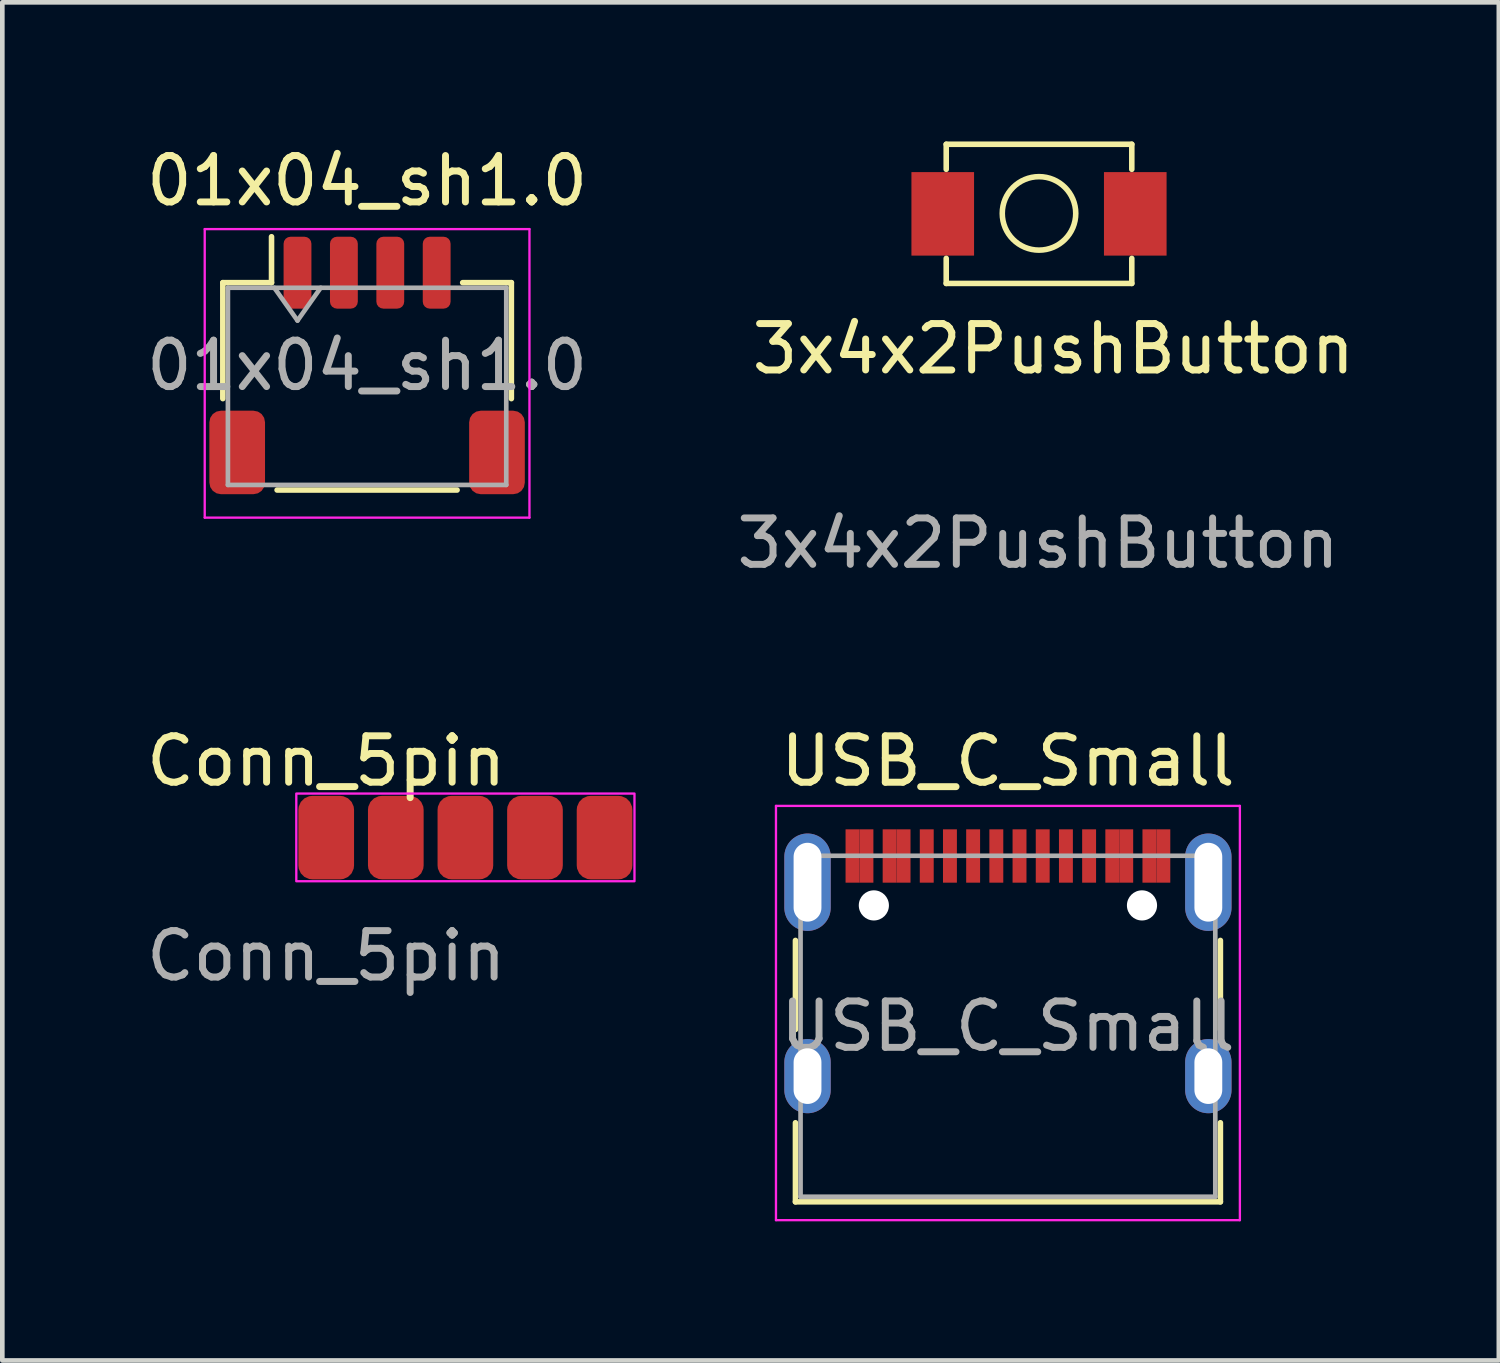
<source format=kicad_pcb>
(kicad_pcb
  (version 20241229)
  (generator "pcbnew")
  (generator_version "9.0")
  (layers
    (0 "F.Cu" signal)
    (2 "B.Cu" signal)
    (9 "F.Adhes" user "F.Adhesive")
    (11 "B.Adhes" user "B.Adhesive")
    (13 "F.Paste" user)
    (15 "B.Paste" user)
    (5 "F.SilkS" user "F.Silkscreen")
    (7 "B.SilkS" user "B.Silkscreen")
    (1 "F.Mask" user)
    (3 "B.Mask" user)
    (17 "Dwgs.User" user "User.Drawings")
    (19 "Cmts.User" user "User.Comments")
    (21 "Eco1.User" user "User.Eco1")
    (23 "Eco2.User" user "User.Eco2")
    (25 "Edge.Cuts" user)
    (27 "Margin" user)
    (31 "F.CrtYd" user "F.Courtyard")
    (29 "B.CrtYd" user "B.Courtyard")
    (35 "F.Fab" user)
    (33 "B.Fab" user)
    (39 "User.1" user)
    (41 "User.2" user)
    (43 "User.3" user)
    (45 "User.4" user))
  (footprint "3x4x2PushButton"
    (layer "F.Cu")
    (at 19.347 1.56)
    (property "Reference" "3x4x2PushButton" (at 0.31 2.91 0) (unlocked yes) (layer "F.SilkS") (effects (font (size 1 1) (thickness 0.15))))
    (attr smd)
    (fp_line (start -2 -1.5) (end -2 -0.96) (stroke (width 0.12) (type solid)) (layer "F.SilkS"))
    (fp_line (start -2 -1.5) (end 2 -1.5) (stroke (width 0.12) (type solid)) (layer "F.SilkS"))
    (fp_line (start -2 1.5) (end -2 0.96) (stroke (width 0.12) (type solid)) (layer "F.SilkS"))
    (fp_line (start -2 1.5) (end 2 1.5) (stroke (width 0.12) (type solid)) (layer "F.SilkS"))
    (fp_line (start 2 -1.5) (end 2 -0.96) (stroke (width 0.12) (type solid)) (layer "F.SilkS"))
    (fp_line (start 2 1.5) (end 2 0.96) (stroke (width 0.12) (type solid)) (layer "F.SilkS"))
    (fp_circle (center 0 -0.01) (end 0.56 0.55) (stroke (width 0.12) (type solid)) (fill no) (layer "F.SilkS"))
    (fp_text user "${REFERENCE}" (at -0.02 7.1 0) (unlocked yes) (layer "F.Fab") (effects (font (size 1 1) (thickness 0.15))))
    (pad "1" smd rect (at -2.075 0) (size 1.35 1.8) (layers "F.Cu" "F.Mask" "F.Paste"))
    (pad "2" smd rect (at 2.075 0) (size 1.35 1.8) (layers "F.Cu" "F.Mask" "F.Paste")))
  (footprint "01x04_sh1.0"
    (layer "F.Cu")
    (at 4.863 4.828)
    (property "Reference" "01x04_sh1.0" (at 0 -3.98 0) (layer "F.SilkS") (effects (font (size 1 1) (thickness 0.15))))
    (attr smd)
    (fp_line (start -3.11 -1.785) (end -2.06 -1.785) (stroke (width 0.12) (type solid)) (layer "F.SilkS"))
    (fp_line (start -3.11 0.715) (end -3.11 -1.785) (stroke (width 0.12) (type solid)) (layer "F.SilkS"))
    (fp_line (start -2.06 -1.785) (end -2.06 -2.775) (stroke (width 0.12) (type solid)) (layer "F.SilkS"))
    (fp_line (start -1.94 2.685) (end 1.94 2.685) (stroke (width 0.12) (type solid)) (layer "F.SilkS"))
    (fp_line (start 3.11 -1.785) (end 2.06 -1.785) (stroke (width 0.12) (type solid)) (layer "F.SilkS"))
    (fp_line (start 3.11 0.715) (end 3.11 -1.785) (stroke (width 0.12) (type solid)) (layer "F.SilkS"))
    (fp_line (start -3.5 -2.94) (end -3.5 3.28) (stroke (width 0.05) (type solid)) (layer "F.CrtYd"))
    (fp_line (start -3.5 3.28) (end 3.5 3.28) (stroke (width 0.05) (type solid)) (layer "F.CrtYd"))
    (fp_line (start 3.5 -2.94) (end -3.5 -2.94) (stroke (width 0.05) (type solid)) (layer "F.CrtYd"))
    (fp_line (start 3.5 3.28) (end 3.5 -2.94) (stroke (width 0.05) (type solid)) (layer "F.CrtYd"))
    (fp_line (start -3 -1.675) (end -3 2.575) (stroke (width 0.1) (type solid)) (layer "F.Fab"))
    (fp_line (start -3 -1.675) (end 3 -1.675) (stroke (width 0.1) (type solid)) (layer "F.Fab"))
    (fp_line (start -3 2.575) (end 3 2.575) (stroke (width 0.1) (type solid)) (layer "F.Fab"))
    (fp_line (start -2 -1.675) (end -1.5 -0.968) (stroke (width 0.1) (type solid)) (layer "F.Fab"))
    (fp_line (start -1.5 -0.968) (end -1 -1.675) (stroke (width 0.1) (type solid)) (layer "F.Fab"))
    (fp_line (start 3 -1.675) (end 3 2.575) (stroke (width 0.1) (type solid)) (layer "F.Fab"))
    (fp_text user "${REFERENCE}" (at 0 0 0) (layer "F.Fab") (effects (font (size 1 1) (thickness 0.15))))
    (pad "1" smd roundrect (at -1.5 -2) (size 0.6 1.55) (layers "F.Cu" "F.Mask" "F.Paste") (roundrect_rratio 0.25))
    (pad "2" smd roundrect (at -0.5 -2) (size 0.6 1.55) (layers "F.Cu" "F.Mask" "F.Paste") (roundrect_rratio 0.25))
    (pad "3" smd roundrect (at 0.5 -2) (size 0.6 1.55) (layers "F.Cu" "F.Mask" "F.Paste") (roundrect_rratio 0.25))
    (pad "4" smd roundrect (at 1.5 -2) (size 0.6 1.55) (layers "F.Cu" "F.Mask" "F.Paste") (roundrect_rratio 0.25))
    (pad "MP" smd roundrect (at -2.8 1.875) (size 1.2 1.8) (layers "F.Cu" "F.Mask" "F.Paste") (roundrect_rratio 0.208))
    (pad "MP" smd roundrect (at 2.8 1.875) (size 1.2 1.8) (layers "F.Cu" "F.Mask" "F.Paste") (roundrect_rratio 0.208)))
  (footprint "Conn_5pin"
    (layer "F.Cu")
    (at 3.982 15.056)
    (property "Reference" "Conn_5pin" (at 0 -1.7 0) (unlocked yes) (layer "F.SilkS") (effects (font (size 1 1) (thickness 0.15))))
    (attr smd)
    (fp_rect (start -0.645 -1) (end 6.645 0.89) (stroke (width 0.05) (type solid)) (fill no) (layer "F.CrtYd"))
    (fp_text user "${REFERENCE}" (at 0 2.5 0) (unlocked yes) (layer "F.Fab") (effects (font (size 1 1) (thickness 0.15))))
    (pad "1" smd roundrect (at 0 -0.05) (size 1.2 1.8) (layers "F.Cu" "F.Mask" "F.Paste") (roundrect_rratio 0.25))
    (pad "2" smd roundrect (at 1.5 -0.05) (size 1.2 1.8) (layers "F.Cu" "F.Mask" "F.Paste") (roundrect_rratio 0.25))
    (pad "3" smd roundrect (at 3 -0.05) (size 1.2 1.8) (layers "F.Cu" "F.Mask" "F.Paste") (roundrect_rratio 0.25))
    (pad "4" smd roundrect (at 4.5 -0.05) (size 1.2 1.8) (layers "F.Cu" "F.Mask" "F.Paste") (roundrect_rratio 0.25))
    (pad "5" smd roundrect (at 6 -0.05) (size 1.2 1.8) (layers "F.Cu" "F.Mask" "F.Paste") (roundrect_rratio 0.25)))
  (footprint "USB_C_Small"
    (layer "F.Cu")
    (at 18.677 19.072)
    (property "Reference" "USB_C_Small" (at 0 -5.715 0) (layer "F.SilkS") (effects (font (size 1 1) (thickness 0.15))))
    (attr smd)
    (fp_line (start -4.58 -1.85) (end -4.58 0.07) (stroke (width 0.12) (type solid)) (layer "F.SilkS"))
    (fp_line (start -4.58 3.785) (end -4.58 2.08) (stroke (width 0.12) (type solid)) (layer "F.SilkS"))
    (fp_line (start 4.58 0.07) (end 4.58 -1.85) (stroke (width 0.12) (type solid)) (layer "F.SilkS"))
    (fp_line (start 4.58 2.08) (end 4.58 3.785) (stroke (width 0.12) (type solid)) (layer "F.SilkS"))
    (fp_line (start 4.58 3.785) (end -4.58 3.785) (stroke (width 0.12) (type solid)) (layer "F.SilkS"))
    (fp_line (start -5 -4.75) (end 5 -4.75) (stroke (width 0.05) (type solid)) (layer "F.CrtYd"))
    (fp_line (start -5 4.18) (end -5 -4.75) (stroke (width 0.05) (type solid)) (layer "F.CrtYd"))
    (fp_line (start 5 -4.75) (end 5 4.18) (stroke (width 0.05) (type solid)) (layer "F.CrtYd"))
    (fp_line (start 5 4.18) (end -5 4.18) (stroke (width 0.05) (type solid)) (layer "F.CrtYd"))
    (fp_line (start -4.47 -3.675) (end -4.47 3.675) (stroke (width 0.1) (type solid)) (layer "F.Fab"))
    (fp_line (start -4.47 -3.675) (end 4.47 -3.675) (stroke (width 0.1) (type solid)) (layer "F.Fab"))
    (fp_line (start -4.47 3.675) (end 4.47 3.675) (stroke (width 0.1) (type solid)) (layer "F.Fab"))
    (fp_line (start 4.47 3.675) (end 4.47 -3.675) (stroke (width 0.1) (type solid)) (layer "F.Fab"))
    (fp_text user "${REFERENCE}" (at 0 0 0) (layer "F.Fab") (effects (font (size 1 1) (thickness 0.15))))
    (pad "" np_thru_hole circle (at -2.89 -2.605) (size 0.65 0.65) (drill 0.65) (layers "*.Cu" "*.Mask"))
    (pad "" np_thru_hole circle (at 2.89 -2.605) (size 0.65 0.65) (drill 0.65) (layers "*.Cu" "*.Mask"))
    (pad "A1" smd rect (at -3.35 -3.67) (size 0.3 1.15) (layers "F.Cu" "F.Mask" "F.Paste"))
    (pad "A4" smd rect (at -2.55 -3.67) (size 0.3 1.15) (layers "F.Cu" "F.Mask" "F.Paste"))
    (pad "A5" smd rect (at -1.25 -3.67) (size 0.3 1.15) (layers "F.Cu" "F.Mask" "F.Paste"))
    (pad "A6" smd rect (at -0.25 -3.67) (size 0.3 1.15) (layers "F.Cu" "F.Mask" "F.Paste"))
    (pad "A7" smd rect (at 0.25 -3.67) (size 0.3 1.15) (layers "F.Cu" "F.Mask" "F.Paste"))
    (pad "A8" smd rect (at 1.25 -3.67) (size 0.3 1.15) (layers "F.Cu" "F.Mask" "F.Paste"))
    (pad "A9" smd rect (at 2.55 -3.67) (size 0.3 1.15) (layers "F.Cu" "F.Mask" "F.Paste"))
    (pad "A12" smd rect (at 3.35 -3.67) (size 0.3 1.15) (layers "F.Cu" "F.Mask" "F.Paste"))
    (pad "B1" smd rect (at 3.05 -3.67) (size 0.3 1.15) (layers "F.Cu" "F.Mask" "F.Paste"))
    (pad "B4" smd rect (at 2.25 -3.67) (size 0.3 1.15) (layers "F.Cu" "F.Mask" "F.Paste"))
    (pad "B5" smd rect (at 1.75 -3.67) (size 0.3 1.15) (layers "F.Cu" "F.Mask" "F.Paste"))
    (pad "B6" smd rect (at 0.75 -3.67) (size 0.3 1.15) (layers "F.Cu" "F.Mask" "F.Paste"))
    (pad "B7" smd rect (at -0.75 -3.67) (size 0.3 1.15) (layers "F.Cu" "F.Mask" "F.Paste"))
    (pad "B8" smd rect (at -1.75 -3.67) (size 0.3 1.15) (layers "F.Cu" "F.Mask" "F.Paste"))
    (pad "B9" smd rect (at -2.25 -3.67) (size 0.3 1.15) (layers "F.Cu" "F.Mask" "F.Paste"))
    (pad "B12" smd rect (at -3.05 -3.67) (size 0.3 1.15) (layers "F.Cu" "F.Mask" "F.Paste"))
    (pad "S1" thru_hole oval (at -4.32 -3.105) (size 1 2.1) (drill oval 0.6 1.7) (layers "*.Cu" "*.Mask"))
    (pad "S1" thru_hole oval (at -4.32 1.075) (size 1 1.6) (drill oval 0.6 1.2) (layers "*.Cu" "*.Mask"))
    (pad "S1" thru_hole oval (at 4.32 -3.105) (size 1 2.1) (drill oval 0.6 1.7) (layers "*.Cu" "*.Mask"))
    (pad "S1" thru_hole oval (at 4.32 1.075) (size 1 1.6) (drill oval 0.6 1.2) (layers "*.Cu" "*.Mask")))
  (gr_rect
    (start -3 -3)
    (end 29.259 26.276)
    (stroke (width 0.1) (type default))
    (fill no)
    (layer "Edge.Cuts")))
</source>
